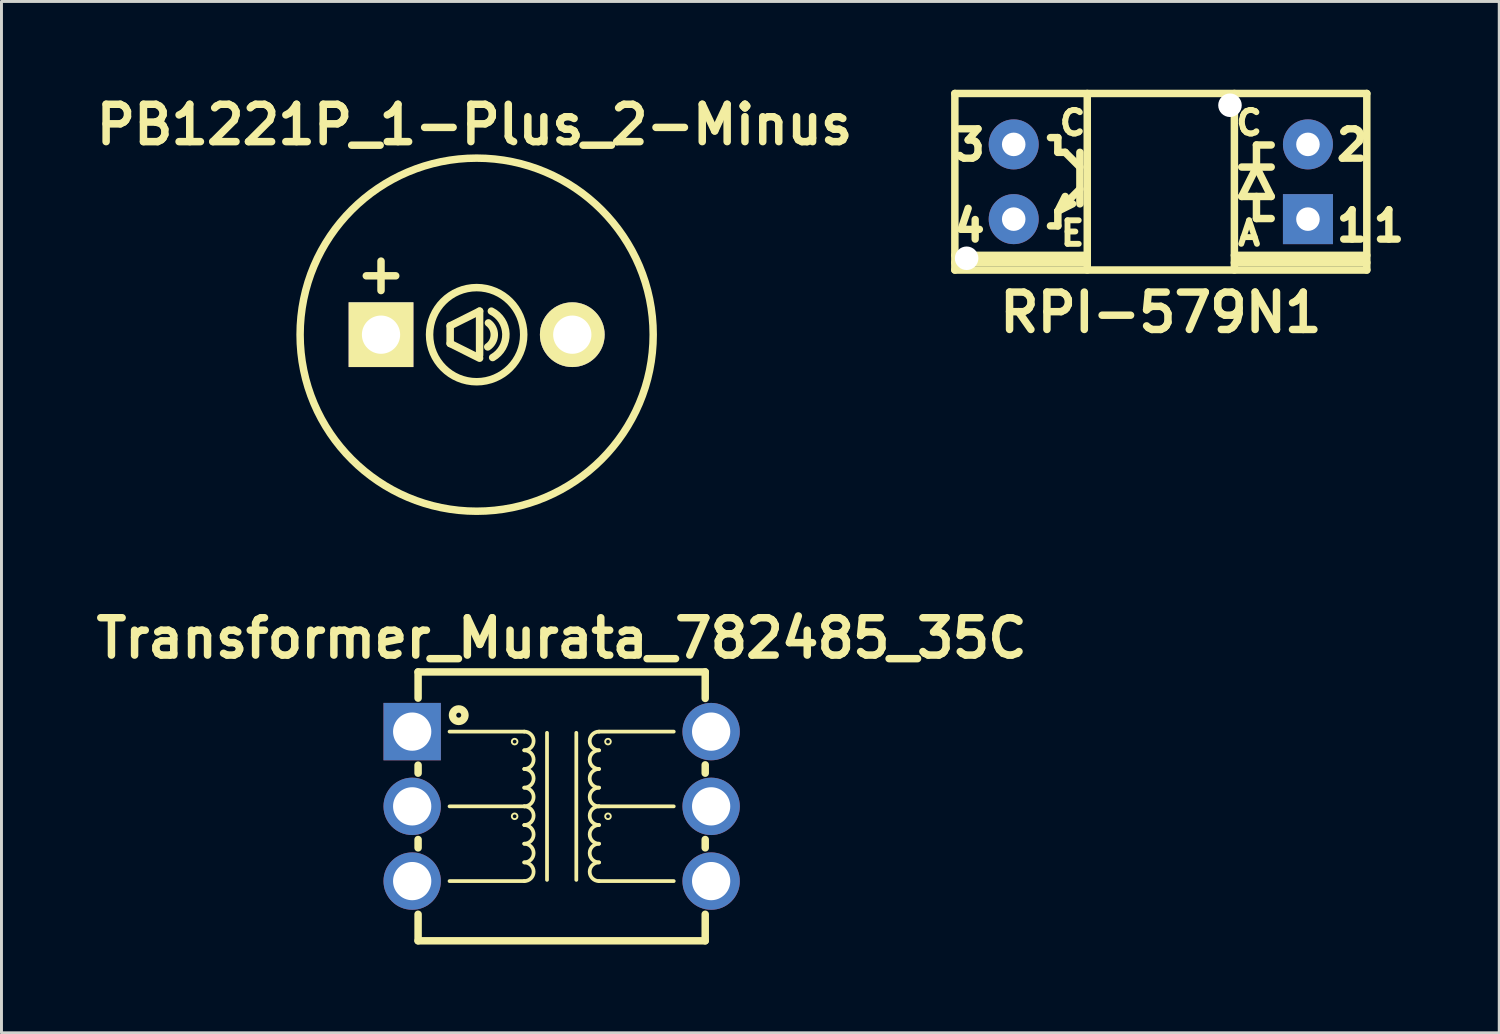
<source format=kicad_pcb>
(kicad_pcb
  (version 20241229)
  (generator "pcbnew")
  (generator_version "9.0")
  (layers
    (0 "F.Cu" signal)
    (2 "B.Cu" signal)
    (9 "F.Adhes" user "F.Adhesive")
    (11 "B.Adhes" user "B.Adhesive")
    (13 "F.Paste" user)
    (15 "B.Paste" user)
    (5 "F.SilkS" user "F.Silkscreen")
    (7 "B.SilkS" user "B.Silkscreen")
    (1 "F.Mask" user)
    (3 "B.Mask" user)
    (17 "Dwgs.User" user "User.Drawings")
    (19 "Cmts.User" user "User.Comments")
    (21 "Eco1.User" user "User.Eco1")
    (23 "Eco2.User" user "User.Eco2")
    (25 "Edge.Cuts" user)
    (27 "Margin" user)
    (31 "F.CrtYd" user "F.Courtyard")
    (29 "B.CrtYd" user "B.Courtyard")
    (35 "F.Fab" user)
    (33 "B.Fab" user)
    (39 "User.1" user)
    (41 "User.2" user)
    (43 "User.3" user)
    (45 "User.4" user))
  (footprint "RPI-579N1"
    (layer "F.Cu")
    (at 36.401 3.127)
    (property "Reference" "RPI-579N1" (at 0 4.445 0) (layer "F.SilkS") (effects (font (size 1.27 1.27) (thickness 0.254))))
    (attr through_hole)
    (fp_line (start -7 -3) (end -7 3) (stroke (width 0.254) (type solid)) (layer "F.SilkS"))
    (fp_line (start -7 2.5) (end -2.5 2.5) (stroke (width 0.254) (type solid)) (layer "F.SilkS"))
    (fp_line (start -7 2.75) (end -2.5 2.75) (stroke (width 0.254) (type solid)) (layer "F.SilkS"))
    (fp_line (start -7 3) (end 7 3) (stroke (width 0.254) (type solid)) (layer "F.SilkS"))
    (fp_line (start -3.5 -1.5) (end -3.75 -1.5) (stroke (width 0.254) (type solid)) (layer "F.SilkS"))
    (fp_line (start -3.5 -1) (end -3.5 -1.5) (stroke (width 0.254) (type solid)) (layer "F.SilkS"))
    (fp_line (start -3.5 1) (end -3.5 1.5) (stroke (width 0.254) (type solid)) (layer "F.SilkS"))
    (fp_line (start -3.5 1) (end -3.25 0.5) (stroke (width 0.254) (type solid)) (layer "F.SilkS"))
    (fp_line (start -3.5 1) (end -3 0.75) (stroke (width 0.254) (type solid)) (layer "F.SilkS"))
    (fp_line (start -3.5 1.5) (end -3.75 1.5) (stroke (width 0.254) (type solid)) (layer "F.SilkS"))
    (fp_line (start -3.25 -1) (end -3.5 -1) (stroke (width 0.254) (type solid)) (layer "F.SilkS"))
    (fp_line (start -2.75 -1) (end -2.75 0.75) (stroke (width 0.254) (type solid)) (layer "F.SilkS"))
    (fp_line (start -2.75 -0.5) (end -3.25 -1) (stroke (width 0.254) (type solid)) (layer "F.SilkS"))
    (fp_line (start -2.75 0.25) (end -3.5 1) (stroke (width 0.254) (type solid)) (layer "F.SilkS"))
    (fp_line (start -2.5 3) (end -2.5 -3) (stroke (width 0.254) (type solid)) (layer "F.SilkS"))
    (fp_line (start 2.5 2.5) (end 7 2.5) (stroke (width 0.254) (type solid)) (layer "F.SilkS"))
    (fp_line (start 2.5 2.75) (end 7 2.75) (stroke (width 0.254) (type solid)) (layer "F.SilkS"))
    (fp_line (start 2.5 3) (end 2.5 -3) (stroke (width 0.254) (type solid)) (layer "F.SilkS"))
    (fp_line (start 2.75 -0.5) (end 3.75 -0.5) (stroke (width 0.254) (type solid)) (layer "F.SilkS"))
    (fp_line (start 2.75 0.5) (end 3.25 -0.5) (stroke (width 0.254) (type solid)) (layer "F.SilkS"))
    (fp_line (start 3.25 -1.25) (end 3.75 -1.25) (stroke (width 0.254) (type solid)) (layer "F.SilkS"))
    (fp_line (start 3.25 -0.5) (end 3.25 -1.25) (stroke (width 0.254) (type solid)) (layer "F.SilkS"))
    (fp_line (start 3.25 -0.5) (end 3.75 0.5) (stroke (width 0.254) (type solid)) (layer "F.SilkS"))
    (fp_line (start 3.25 1.25) (end 3.25 0.5) (stroke (width 0.254) (type solid)) (layer "F.SilkS"))
    (fp_line (start 3.75 0.5) (end 2.75 0.5) (stroke (width 0.254) (type solid)) (layer "F.SilkS"))
    (fp_line (start 3.75 1.25) (end 3.25 1.25) (stroke (width 0.254) (type solid)) (layer "F.SilkS"))
    (fp_line (start 7 -3) (end -7 -3) (stroke (width 0.254) (type solid)) (layer "F.SilkS"))
    (fp_line (start 7 3) (end 7 -3) (stroke (width 0.254) (type solid)) (layer "F.SilkS"))
    (fp_text user "C" (at 3 -2 0) (layer "F.SilkS") (effects (font (size 0.8 0.8) (thickness 0.2))))
    (fp_text user "2" (at 6.5 -1.25 0) (layer "F.SilkS") (effects (font (size 1 1) (thickness 0.25))))
    (fp_text user "E" (at -3 1.75 0) (layer "F.SilkS") (effects (font (size 0.8 0.8) (thickness 0.2))))
    (fp_text user "4" (at -6.5 1.5 0) (layer "F.SilkS") (effects (font (size 1 1) (thickness 0.25))))
    (fp_text user "1" (at 7.75 1.5 0) (layer "F.SilkS") (effects (font (size 1 1) (thickness 0.25))))
    (fp_text user "C" (at -3 -2 0) (layer "F.SilkS") (effects (font (size 0.8 0.8) (thickness 0.2))))
    (fp_text user "1" (at 6.5 1.5 0) (layer "F.SilkS") (effects (font (size 1 1) (thickness 0.25))))
    (fp_text user "3" (at -6.5 -1.25 0) (layer "F.SilkS") (effects (font (size 1 1) (thickness 0.25))))
    (fp_text user "A" (at 3 1.75 0) (layer "F.SilkS") (effects (font (size 0.8 0.8) (thickness 0.2))))
    (pad "" np_thru_hole circle (at -6.6 2.6) (size 0.8 0.8) (drill 0.8) (layers "*.Cu" "*.Mask"))
    (pad "" np_thru_hole circle (at 2.35 -2.6) (size 0.8 0.8) (drill 0.8) (layers "*.Cu" "*.Mask"))
    (pad "1" thru_hole rect (at 5 1.27) (size 1.7 1.7) (drill 0.8) (layers "*.Cu" "*.Mask"))
    (pad "2" thru_hole circle (at 5 -1.27) (size 1.7 1.7) (drill 0.8) (layers "*.Cu" "*.Mask"))
    (pad "3" thru_hole circle (at -5 -1.27) (size 1.7 1.7) (drill 0.8) (layers "*.Cu" "*.Mask"))
    (pad "4" thru_hole circle (at -5 1.27) (size 1.7 1.7) (drill 0.8) (layers "*.Cu" "*.Mask")))
  (footprint "Transformer_Murata_782485_35C"
    (layer "F.Cu")
    (at 16.038 24.354)
    (property "Reference" "Transformer_Murata_782485_35C" (at 0 -5.715 0) (layer "F.SilkS") (effects (font (size 1.27 1.27) (thickness 0.254))))
    (attr through_hole)
    (fp_line (start -4.879 -4.569) (end -4.879 -3.678) (stroke (width 0.254) (type solid)) (layer "F.SilkS"))
    (fp_line (start -4.879 -1.4) (end -4.879 -1.128) (stroke (width 0.254) (type solid)) (layer "F.SilkS"))
    (fp_line (start -4.879 1.128) (end -4.879 1.41) (stroke (width 0.254) (type solid)) (layer "F.SilkS"))
    (fp_line (start -4.879 3.668) (end -4.879 4.569) (stroke (width 0.254) (type solid)) (layer "F.SilkS"))
    (fp_line (start -4.879 4.569) (end 4.879 4.569) (stroke (width 0.254) (type solid)) (layer "F.SilkS"))
    (fp_line (start -3.81 -2.54) (end -1.27 -2.54) (stroke (width 0.127) (type solid)) (layer "F.SilkS"))
    (fp_line (start -3.81 0) (end -1.27 0) (stroke (width 0.127) (type solid)) (layer "F.SilkS"))
    (fp_line (start -3.81 2.54) (end -1.27 2.54) (stroke (width 0.127) (type solid)) (layer "F.SilkS"))
    (fp_line (start -0.498 -2.499) (end -0.498 2.499) (stroke (width 0.127) (type solid)) (layer "F.SilkS"))
    (fp_line (start 0.498 -2.499) (end 0.498 2.499) (stroke (width 0.127) (type solid)) (layer "F.SilkS"))
    (fp_line (start 3.81 -2.54) (end 1.27 -2.54) (stroke (width 0.127) (type solid)) (layer "F.SilkS"))
    (fp_line (start 3.81 0) (end 1.27 0) (stroke (width 0.127) (type solid)) (layer "F.SilkS"))
    (fp_line (start 3.81 2.54) (end 1.27 2.54) (stroke (width 0.127) (type solid)) (layer "F.SilkS"))
    (fp_line (start 4.879 -4.569) (end -4.879 -4.569) (stroke (width 0.254) (type solid)) (layer "F.SilkS"))
    (fp_line (start 4.879 -3.668) (end 4.879 -4.569) (stroke (width 0.254) (type solid)) (layer "F.SilkS"))
    (fp_line (start 4.879 -1.128) (end 4.879 -1.41) (stroke (width 0.254) (type solid)) (layer "F.SilkS"))
    (fp_line (start 4.879 1.41) (end 4.879 1.128) (stroke (width 0.254) (type solid)) (layer "F.SilkS"))
    (fp_line (start 4.879 4.569) (end 4.879 3.668) (stroke (width 0.254) (type solid)) (layer "F.SilkS"))
    (fp_arc (start -1.27 -2.54) (mid -0.9525 -2.2225) (end -1.27 -1.905) (stroke (width 0.127) (type solid)) (layer "F.SilkS"))
    (fp_arc (start -1.27 -1.905) (mid -0.9525 -1.5875) (end -1.27 -1.27) (stroke (width 0.127) (type solid)) (layer "F.SilkS"))
    (fp_arc (start -1.27 -1.27) (mid -0.9525 -0.9525) (end -1.27 -0.635) (stroke (width 0.127) (type solid)) (layer "F.SilkS"))
    (fp_arc (start -1.27 -0.635) (mid -0.9525 -0.3175) (end -1.27 0) (stroke (width 0.127) (type solid)) (layer "F.SilkS"))
    (fp_arc (start -1.27 0) (mid -0.9525 0.3175) (end -1.27 0.635) (stroke (width 0.127) (type solid)) (layer "F.SilkS"))
    (fp_arc (start -1.27 0.635) (mid -0.9525 0.9525) (end -1.27 1.27) (stroke (width 0.127) (type solid)) (layer "F.SilkS"))
    (fp_arc (start -1.27 1.27) (mid -0.9525 1.5875) (end -1.27 1.905) (stroke (width 0.127) (type solid)) (layer "F.SilkS"))
    (fp_arc (start -1.27 1.905) (mid -0.9525 2.2225) (end -1.27 2.54) (stroke (width 0.127) (type solid)) (layer "F.SilkS"))
    (fp_arc (start 1.27 -1.905) (mid 0.9525 -2.2225) (end 1.27 -2.54) (stroke (width 0.127) (type solid)) (layer "F.SilkS"))
    (fp_arc (start 1.27 -1.27) (mid 0.9525 -1.5875) (end 1.27 -1.905) (stroke (width 0.127) (type solid)) (layer "F.SilkS"))
    (fp_arc (start 1.27 -0.635) (mid 0.9525 -0.9525) (end 1.27 -1.27) (stroke (width 0.127) (type solid)) (layer "F.SilkS"))
    (fp_arc (start 1.27 0) (mid 0.9525 -0.3175) (end 1.27 -0.635) (stroke (width 0.127) (type solid)) (layer "F.SilkS"))
    (fp_arc (start 1.27 0.635) (mid 0.9525 0.3175) (end 1.27 0) (stroke (width 0.127) (type solid)) (layer "F.SilkS"))
    (fp_arc (start 1.27 1.27) (mid 0.9525 0.9525) (end 1.27 0.635) (stroke (width 0.127) (type solid)) (layer "F.SilkS"))
    (fp_arc (start 1.27 1.905) (mid 0.9525 1.5875) (end 1.27 1.27) (stroke (width 0.127) (type solid)) (layer "F.SilkS"))
    (fp_arc (start 1.27 2.54) (mid 0.9525 2.2225) (end 1.27 1.905) (stroke (width 0.127) (type solid)) (layer "F.SilkS"))
    (fp_circle (center -3.498 -3.099) (end -3.647 -3.249) (stroke (width 0.254) (type solid)) (fill no) (layer "F.SilkS"))
    (fp_circle (center -1.598 -2.2) (end -1.666 -2.268) (stroke (width 0.064) (type solid)) (fill no) (layer "F.SilkS"))
    (fp_circle (center -1.598 0.338) (end -1.666 0.406) (stroke (width 0.064) (type solid)) (fill no) (layer "F.SilkS"))
    (fp_circle (center 1.575 -2.2) (end 1.643 -2.268) (stroke (width 0.064) (type solid)) (fill no) (layer "F.SilkS"))
    (fp_circle (center 1.575 0.338) (end 1.643 0.406) (stroke (width 0.064) (type solid)) (fill no) (layer "F.SilkS"))
    (pad "1" thru_hole rect (at -5.08 -2.54) (size 1.95 1.95) (drill 1.3) (layers "*.Cu" "*.Mask"))
    (pad "2" thru_hole circle (at -5.08 0) (size 1.95 1.95) (drill 1.3) (layers "*.Cu" "*.Mask"))
    (pad "3" thru_hole circle (at -5.08 2.54) (size 1.95 1.95) (drill 1.3) (layers "*.Cu" "*.Mask"))
    (pad "4" thru_hole circle (at 5.08 2.54) (size 1.95 1.95) (drill 1.3) (layers "*.Cu" "*.Mask"))
    (pad "5" thru_hole circle (at 5.08 0) (size 1.95 1.95) (drill 1.3) (layers "*.Cu" "*.Mask"))
    (pad "6" thru_hole circle (at 5.08 -2.54) (size 1.95 1.95) (drill 1.3) (layers "*.Cu" "*.Mask")))
  (footprint "PB1221P_1-Plus_2-Minus"
    (layer "F.Cu")
    (at 13.149 8.324)
    (property "Reference" "PB1221P_1-Plus_2-Minus" (at -0.074 -7.135 0) (layer "F.SilkS") (effects (font (size 1.27 1.27) (thickness 0.254))))
    (attr smd)
    (fp_line (start -3.75 -2) (end -2.75 -2) (stroke (width 0.254) (type solid)) (layer "F.SilkS"))
    (fp_line (start -3.25 -2.5) (end -3.25 -1.5) (stroke (width 0.254) (type solid)) (layer "F.SilkS"))
    (fp_line (start -0.9 -0.3) (end 0.1 -0.8) (stroke (width 0.254) (type solid)) (layer "F.SilkS"))
    (fp_line (start -0.9 0.3) (end -0.9 -0.3) (stroke (width 0.254) (type solid)) (layer "F.SilkS"))
    (fp_line (start 0.1 -0.8) (end 0.1 0.7) (stroke (width 0.254) (type solid)) (layer "F.SilkS"))
    (fp_line (start 0.1 0.8) (end -0.9 0.3) (stroke (width 0.254) (type solid)) (layer "F.SilkS"))
    (fp_arc (start 0.4 -0.4) (mid 0.599808 0.013873) (end 0.37735 0.416025) (stroke (width 0.254) (type solid)) (layer "F.SilkS"))
    (fp_arc (start 0.5 -0.8) (mid 0.994083 -0.024817) (end 0.54376 0.77658) (stroke (width 0.254) (type solid)) (layer "F.SilkS"))
    (fp_circle (center 0 0) (end -6 0) (stroke (width 0.254) (type solid)) (fill no) (layer "F.SilkS"))
    (fp_circle (center 0 0) (end -1.6 0) (stroke (width 0.254) (type solid)) (fill no) (layer "F.SilkS"))
    (pad "1" thru_hole rect (at -3.25 0) (size 2.2 2.2) (drill 1.3) (layers "*.Cu" "F.Mask" "F.SilkS"))
    (pad "2" thru_hole circle (at 3.25 0) (size 2.2 2.2) (drill 1.3) (layers "*.Cu" "F.Mask" "F.SilkS")))
  (gr_rect
    (start -3 -3)
    (end 47.902 32.051)
    (stroke (width 0.1) (type default))
    (fill no)
    (layer "Edge.Cuts")))
</source>
